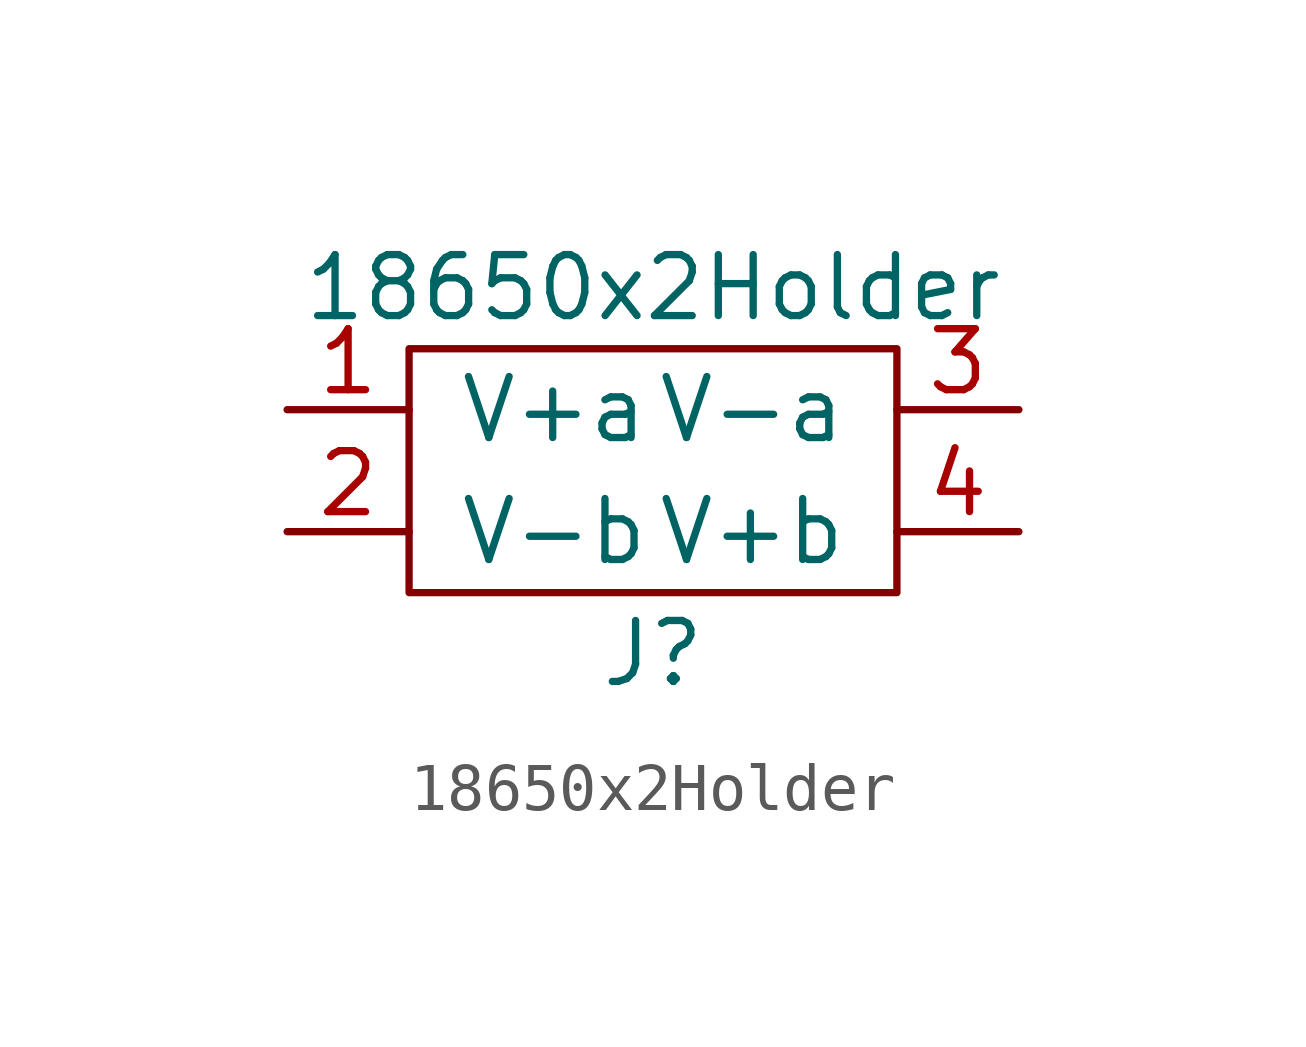
<source format=kicad_sym>
(kicad_symbol_lib
  (version 20211014)
  (generator kicad_symbol_editor)
  (symbol "18650x2Holder"
    (pin_names
      (offset 1.016))
    (property "Reference" "J"
      (at 0 -3.81 0)
      (effects (font (size 1.27 1.27))))
    (property "Value" "18650x2Holder"
      (at 0 3.81 0)
      (effects (font (size 1.27 1.27))))
    (symbol "18650x2Holder_0_1"
      (rectangle (start -5.08 2.54) (end 5.08 -2.54) (stroke (width 0) (type default) (color 0 0 0 0)) (fill (type none))))
    (symbol "18650x2Holder_1_1"
      (pin input line (at -7.62 1.27 0) (length 2.54) (name "V+a" (effects (font (size 1.27 1.27)))) (number "1" (effects (font (size 1.27 1.27)))))
      (pin input line (at -7.62 -1.27 0) (length 2.54) (name "V-b" (effects (font (size 1.27 1.27)))) (number "2" (effects (font (size 1.27 1.27)))))
      (pin input line (at 7.62 1.27 180) (length 2.54) (name "V-a" (effects (font (size 1.27 1.27)))) (number "3" (effects (font (size 1.27 1.27)))))
      (pin input line (at 7.62 -1.27 180) (length 2.54) (name "V+b" (effects (font (size 1.27 1.27)))) (number "4" (effects (font (size 1.27 1.27))))))))
</source>
